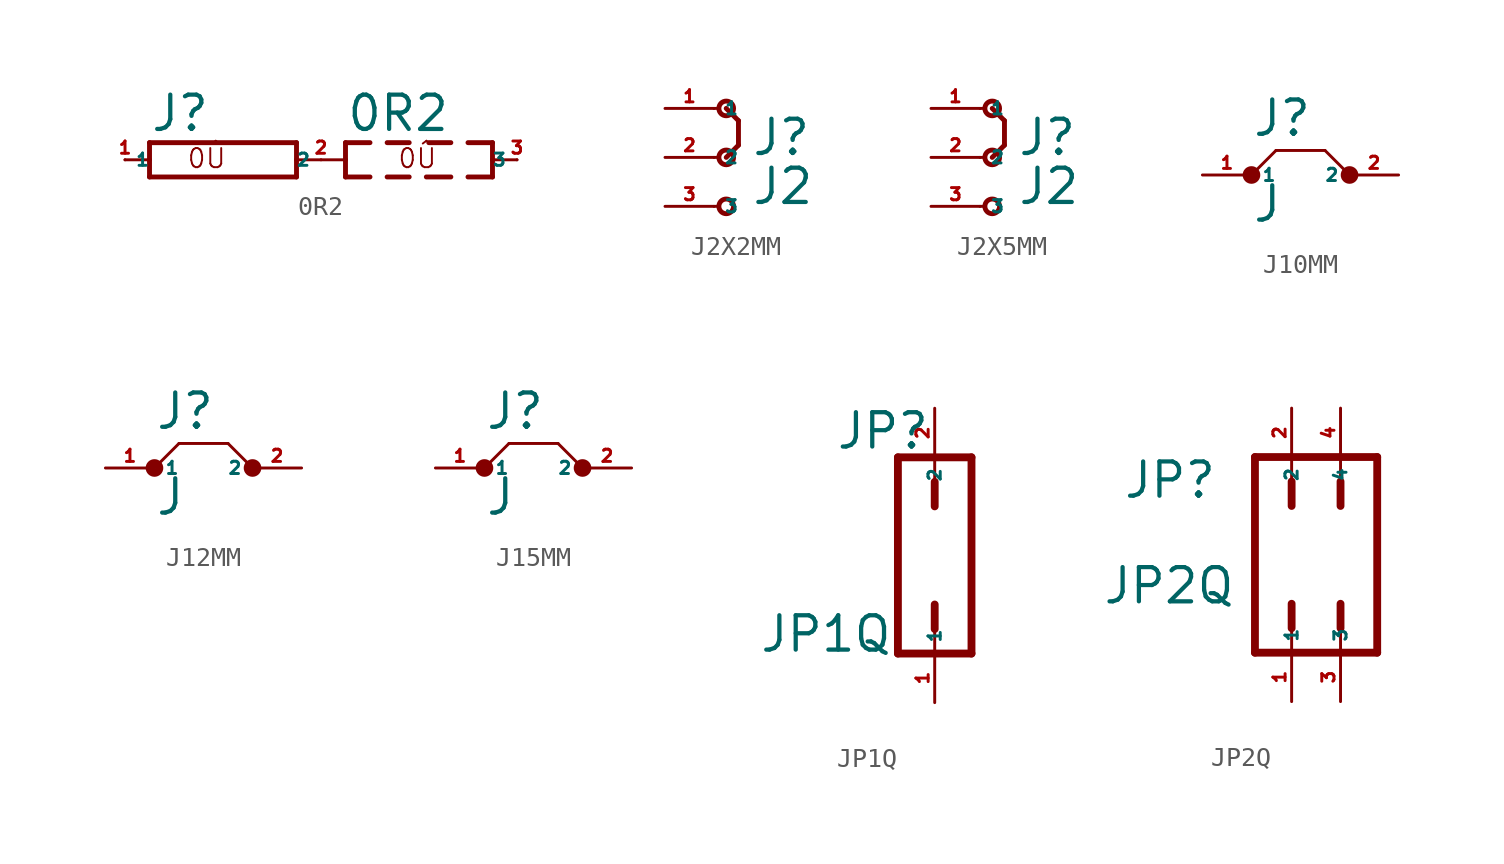
<source format=kicad_sym>
(kicad_symbol_lib
  (version 20220914)
  (generator kicad_symbol_editor)
  (symbol "0R2"
    (property "Reference" "J"
      (at -3.81 1.372 0)
      (effects (font (size 1.778 1.778) (thickness 0.22)) (justify left bottom)))
    (property "Value" "0R2"
      (at 6.35 1.372 0)
      (effects (font (size 1.778 1.778) (thickness 0.22)) (justify left bottom)))
    (symbol "0R2_1_1"
      (polyline (pts (xy -5.08 0) (xy -3.81 0)) (stroke (width 0.152) (type default)) (fill (type none)))
      (polyline (pts (xy -3.81 -0.889) (xy -3.81 0)) (stroke (width 0.254) (type default)) (fill (type none)))
      (polyline (pts (xy -3.81 -0.889) (xy 3.81 -0.889)) (stroke (width 0.254) (type default)) (fill (type none)))
      (polyline (pts (xy -3.81 0) (xy -3.81 0.889)) (stroke (width 0.254) (type default)) (fill (type none)))
      (polyline (pts (xy 3.81 -0.889) (xy 3.81 0)) (stroke (width 0.254) (type default)) (fill (type none)))
      (polyline (pts (xy 3.81 0) (xy 3.81 0.889)) (stroke (width 0.254) (type default)) (fill (type none)))
      (polyline (pts (xy 3.81 0) (xy 6.35 0)) (stroke (width 0.152) (type default)) (fill (type none)))
      (polyline (pts (xy 3.81 0.889) (xy -3.81 0.889)) (stroke (width 0.254) (type default)) (fill (type none)))
      (polyline (pts (xy 6.35 -0.889) (xy 6.35 0)) (stroke (width 0.254) (type default)) (fill (type none)))
      (polyline (pts (xy 6.35 -0.889) (xy 7.62 -0.889)) (stroke (width 0.254) (type default)) (fill (type none)))
      (polyline (pts (xy 6.35 0) (xy 6.35 0.889)) (stroke (width 0.254) (type default)) (fill (type none)))
      (polyline (pts (xy 6.35 0.889) (xy 7.62 0.889)) (stroke (width 0.254) (type default)) (fill (type none)))
      (polyline (pts (xy 8.509 -0.889) (xy 9.652 -0.889)) (stroke (width 0.254) (type default)) (fill (type none)))
      (polyline (pts (xy 8.509 0.889) (xy 9.652 0.889)) (stroke (width 0.254) (type default)) (fill (type none)))
      (polyline (pts (xy 10.541 -0.889) (xy 11.811 -0.889)) (stroke (width 0.254) (type default)) (fill (type none)))
      (polyline (pts (xy 10.668 0.889) (xy 11.811 0.889)) (stroke (width 0.254) (type default)) (fill (type none)))
      (polyline (pts (xy 12.7 -0.889) (xy 13.97 -0.889)) (stroke (width 0.254) (type default)) (fill (type none)))
      (polyline (pts (xy 12.7 0.889) (xy 13.97 0.889)) (stroke (width 0.254) (type default)) (fill (type none)))
      (polyline (pts (xy 13.97 -0.889) (xy 13.97 0)) (stroke (width 0.254) (type default)) (fill (type none)))
      (polyline (pts (xy 13.97 0) (xy 13.97 0.889)) (stroke (width 0.254) (type default)) (fill (type none)))
      (polyline (pts (xy 13.97 0) (xy 15.24 0)) (stroke (width 0.152) (type default)) (fill (type none)))
      (text "0Û" (at 9.017 -0.508 0) (effects (font (size 0.991 0.991) (thickness 0.1)) (justify left bottom)))
      (text "0Û " (at -1.905 -0.508 0) (effects (font (size 0.991 0.991) (thickness 0.1)) (justify left bottom)))
      (pin passive line (at -5.08 0 0) (length 0) (name "1" (effects (font (size 0.635 0.635)))) (number "1" (effects (font (size 0.635 0.635)))))
      (pin passive line (at 5.08 0 180) (length 0) (name "2" (effects (font (size 0.635 0.635)))) (number "2" (effects (font (size 0.635 0.635)))))
      (pin passive line (at 15.24 0 180) (length 0) (name "3" (effects (font (size 0.635 0.635)))) (number "3" (effects (font (size 0.635 0.635)))))))
  (symbol "J2X2MM"
    (property "Reference" "J"
      (at 1.905 0 0)
      (effects (font (size 1.778 1.778) (thickness 0.22)) (justify left bottom)))
    (property "Value" "J2"
      (at 1.905 -2.54 0)
      (effects (font (size 1.778 1.778) (thickness 0.22)) (justify left bottom)))
    (symbol "J2X2MM_1_1"
      (polyline (pts (xy 0 -2.54) (xy 0.254 -2.54)) (stroke (width 0.152) (type default)) (fill (type none)))
      (polyline (pts (xy 0 0) (xy 0.254 0)) (stroke (width 0.152) (type default)) (fill (type none)))
      (polyline (pts (xy 0 2.54) (xy 0.254 2.54)) (stroke (width 0.152) (type default)) (fill (type none)))
      (polyline (pts (xy 1.27 0.635) (xy 0.635 0)) (stroke (width 0.254) (type default)) (fill (type none)))
      (polyline (pts (xy 1.27 1.905) (xy 0.635 2.54)) (stroke (width 0.254) (type default)) (fill (type none)))
      (polyline (pts (xy 1.27 1.905) (xy 1.27 0.635)) (stroke (width 0.254) (type default)) (fill (type none)))
      (circle (center 0.635 -2.54) (radius 0.381) (stroke (width 0.254) (type default)) (fill (type none)))
      (circle (center 0.635 0) (radius 0.381) (stroke (width 0.254) (type default)) (fill (type none)))
      (circle (center 0.635 2.54) (radius 0.381) (stroke (width 0.254) (type default)) (fill (type none)))
      (pin passive line (at -2.54 2.54 0) (length 2.54) (name "1" (effects (font (size 0.635 0.635)))) (number "1" (effects (font (size 0.635 0.635)))))
      (pin passive line (at -2.54 0 0) (length 2.54) (name "2" (effects (font (size 0.635 0.635)))) (number "2" (effects (font (size 0.635 0.635)))))
      (pin passive line (at -2.54 -2.54 0) (length 2.54) (name "3" (effects (font (size 0.635 0.635)))) (number "3" (effects (font (size 0.635 0.635)))))))
  (symbol "J2X5MM"
    (property "Reference" "J"
      (at 1.905 0 0)
      (effects (font (size 1.778 1.778) (thickness 0.22)) (justify left bottom)))
    (property "Value" "J2"
      (at 1.905 -2.54 0)
      (effects (font (size 1.778 1.778) (thickness 0.22)) (justify left bottom)))
    (symbol "J2X5MM_1_1"
      (polyline (pts (xy 0 -2.54) (xy 0.254 -2.54)) (stroke (width 0.152) (type default)) (fill (type none)))
      (polyline (pts (xy 0 0) (xy 0.254 0)) (stroke (width 0.152) (type default)) (fill (type none)))
      (polyline (pts (xy 0 2.54) (xy 0.254 2.54)) (stroke (width 0.152) (type default)) (fill (type none)))
      (polyline (pts (xy 1.27 0.635) (xy 0.635 0)) (stroke (width 0.254) (type default)) (fill (type none)))
      (polyline (pts (xy 1.27 1.905) (xy 0.635 2.54)) (stroke (width 0.254) (type default)) (fill (type none)))
      (polyline (pts (xy 1.27 1.905) (xy 1.27 0.635)) (stroke (width 0.254) (type default)) (fill (type none)))
      (circle (center 0.635 -2.54) (radius 0.381) (stroke (width 0.254) (type default)) (fill (type none)))
      (circle (center 0.635 0) (radius 0.381) (stroke (width 0.254) (type default)) (fill (type none)))
      (circle (center 0.635 2.54) (radius 0.381) (stroke (width 0.254) (type default)) (fill (type none)))
      (pin passive line (at -2.54 2.54 0) (length 2.54) (name "1" (effects (font (size 0.635 0.635)))) (number "1" (effects (font (size 0.635 0.635)))))
      (pin passive line (at -2.54 0 0) (length 2.54) (name "2" (effects (font (size 0.635 0.635)))) (number "2" (effects (font (size 0.635 0.635)))))
      (pin passive line (at -2.54 -2.54 0) (length 2.54) (name "3" (effects (font (size 0.635 0.635)))) (number "3" (effects (font (size 0.635 0.635)))))))
  (symbol "J10MM"
    (property "Reference" "J"
      (at -2.54 1.905 0)
      (effects (font (size 1.778 1.778) (thickness 0.22)) (justify left bottom)))
    (property "Value" "J"
      (at -2.54 -2.54 0)
      (effects (font (size 1.778 1.778) (thickness 0.22)) (justify left bottom)))
    (symbol "J10MM_1_1"
      (circle (center -2.54 0) (radius 0.254) (stroke (width 0.406) (type default)) (fill (type none)))
      (polyline (pts (xy -2.54 0) (xy -1.27 1.27)) (stroke (width 0.152) (type default)) (fill (type none)))
      (polyline (pts (xy -1.27 1.27) (xy 1.27 1.27)) (stroke (width 0.152) (type default)) (fill (type none)))
      (polyline (pts (xy 2.54 0) (xy 1.27 1.27)) (stroke (width 0.152) (type default)) (fill (type none)))
      (circle (center 2.54 0) (radius 0.254) (stroke (width 0.406) (type default)) (fill (type none)))
      (pin passive line (at -5.08 0 0) (length 2.54) (name "1" (effects (font (size 0.635 0.635)))) (number "1" (effects (font (size 0.635 0.635)))))
      (pin passive line (at 5.08 0 180) (length 2.54) (name "2" (effects (font (size 0.635 0.635)))) (number "2" (effects (font (size 0.635 0.635)))))))
  (symbol "J12MM"
    (property "Reference" "J"
      (at -2.54 1.905 0)
      (effects (font (size 1.778 1.778) (thickness 0.22)) (justify left bottom)))
    (property "Value" "J"
      (at -2.54 -2.54 0)
      (effects (font (size 1.778 1.778) (thickness 0.22)) (justify left bottom)))
    (symbol "J12MM_1_1"
      (circle (center -2.54 0) (radius 0.254) (stroke (width 0.406) (type default)) (fill (type none)))
      (polyline (pts (xy -2.54 0) (xy -1.27 1.27)) (stroke (width 0.152) (type default)) (fill (type none)))
      (polyline (pts (xy -1.27 1.27) (xy 1.27 1.27)) (stroke (width 0.152) (type default)) (fill (type none)))
      (polyline (pts (xy 2.54 0) (xy 1.27 1.27)) (stroke (width 0.152) (type default)) (fill (type none)))
      (circle (center 2.54 0) (radius 0.254) (stroke (width 0.406) (type default)) (fill (type none)))
      (pin passive line (at -5.08 0 0) (length 2.54) (name "1" (effects (font (size 0.635 0.635)))) (number "1" (effects (font (size 0.635 0.635)))))
      (pin passive line (at 5.08 0 180) (length 2.54) (name "2" (effects (font (size 0.635 0.635)))) (number "2" (effects (font (size 0.635 0.635)))))))
  (symbol "J15MM"
    (property "Reference" "J"
      (at -2.54 1.905 0)
      (effects (font (size 1.778 1.778) (thickness 0.22)) (justify left bottom)))
    (property "Value" "J"
      (at -2.54 -2.54 0)
      (effects (font (size 1.778 1.778) (thickness 0.22)) (justify left bottom)))
    (symbol "J15MM_1_1"
      (circle (center -2.54 0) (radius 0.254) (stroke (width 0.406) (type default)) (fill (type none)))
      (polyline (pts (xy -2.54 0) (xy -1.27 1.27)) (stroke (width 0.152) (type default)) (fill (type none)))
      (polyline (pts (xy -1.27 1.27) (xy 1.27 1.27)) (stroke (width 0.152) (type default)) (fill (type none)))
      (polyline (pts (xy 2.54 0) (xy 1.27 1.27)) (stroke (width 0.152) (type default)) (fill (type none)))
      (circle (center 2.54 0) (radius 0.254) (stroke (width 0.406) (type default)) (fill (type none)))
      (pin passive line (at -5.08 0 0) (length 2.54) (name "1" (effects (font (size 0.635 0.635)))) (number "1" (effects (font (size 0.635 0.635)))))
      (pin passive line (at 5.08 0 180) (length 2.54) (name "2" (effects (font (size 0.635 0.635)))) (number "2" (effects (font (size 0.635 0.635)))))))
  (symbol "JP1Q"
    (property "Reference" "JP"
      (at -5.156 5.41 0)
      (effects (font (size 1.778 1.778) (thickness 0.22)) (justify left bottom)))
    (property "Value" "JP1Q"
      (at -9.119 -5.105 0)
      (effects (font (size 1.778 1.778) (thickness 0.22)) (justify left bottom)))
    (symbol "JP1Q_1_1"
      (polyline (pts (xy -1.905 -5.08) (xy -1.905 5.08)) (stroke (width 0.406) (type default)) (fill (type none)))
      (polyline (pts (xy -1.905 5.08) (xy 1.905 5.08)) (stroke (width 0.406) (type default)) (fill (type none)))
      (polyline (pts (xy 0 -3.81) (xy 0 -5.08)) (stroke (width 0.152) (type default)) (fill (type none)))
      (polyline (pts (xy 0 -2.54) (xy 0 -3.81)) (stroke (width 0.406) (type default)) (fill (type none)))
      (polyline (pts (xy 0 2.54) (xy 0 3.81)) (stroke (width 0.406) (type default)) (fill (type none)))
      (polyline (pts (xy 0 3.81) (xy 0 5.08)) (stroke (width 0.152) (type default)) (fill (type none)))
      (polyline (pts (xy 1.905 -5.08) (xy -1.905 -5.08)) (stroke (width 0.406) (type default)) (fill (type none)))
      (polyline (pts (xy 1.905 5.08) (xy 1.905 -5.08)) (stroke (width 0.406) (type default)) (fill (type none)))
      (pin passive line (at 0 -7.62 90) (length 2.54) (name "1" (effects (font (size 0.635 0.635)))) (number "1" (effects (font (size 0.635 0.635)))))
      (pin passive line (at 0 7.62 270) (length 2.54) (name "2" (effects (font (size 0.635 0.635)))) (number "2" (effects (font (size 0.635 0.635)))))))
  (symbol "JP2Q"
    (property "Reference" "JP"
      (at -8.788 2.845 0)
      (effects (font (size 1.778 1.778) (thickness 0.22)) (justify left bottom)))
    (property "Value" "JP2Q"
      (at -9.855 -2.642 0)
      (effects (font (size 1.778 1.778) (thickness 0.22)) (justify left bottom)))
    (symbol "JP2Q_1_1"
      (polyline (pts (xy -1.905 -5.08) (xy -1.905 5.08)) (stroke (width 0.406) (type default)) (fill (type none)))
      (polyline (pts (xy -1.905 5.08) (xy 4.445 5.08)) (stroke (width 0.406) (type default)) (fill (type none)))
      (polyline (pts (xy 0 -3.81) (xy 0 -5.08)) (stroke (width 0.152) (type default)) (fill (type none)))
      (polyline (pts (xy 0 -2.54) (xy 0 -3.81)) (stroke (width 0.406) (type default)) (fill (type none)))
      (polyline (pts (xy 0 2.54) (xy 0 3.81)) (stroke (width 0.406) (type default)) (fill (type none)))
      (polyline (pts (xy 0 3.81) (xy 0 5.08)) (stroke (width 0.152) (type default)) (fill (type none)))
      (polyline (pts (xy 2.54 -3.81) (xy 2.54 -5.08)) (stroke (width 0.152) (type default)) (fill (type none)))
      (polyline (pts (xy 2.54 -2.54) (xy 2.54 -3.81)) (stroke (width 0.406) (type default)) (fill (type none)))
      (polyline (pts (xy 2.54 2.54) (xy 2.54 3.81)) (stroke (width 0.406) (type default)) (fill (type none)))
      (polyline (pts (xy 2.54 3.81) (xy 2.54 5.08)) (stroke (width 0.152) (type default)) (fill (type none)))
      (polyline (pts (xy 4.445 -5.08) (xy -1.905 -5.08)) (stroke (width 0.406) (type default)) (fill (type none)))
      (polyline (pts (xy 4.445 5.08) (xy 4.445 -5.08)) (stroke (width 0.406) (type default)) (fill (type none)))
      (pin passive line (at 0 -7.62 90) (length 2.54) (name "1" (effects (font (size 0.635 0.635)))) (number "1" (effects (font (size 0.635 0.635)))))
      (pin passive line (at 0 7.62 270) (length 2.54) (name "2" (effects (font (size 0.635 0.635)))) (number "2" (effects (font (size 0.635 0.635)))))
      (pin passive line (at 2.54 -7.62 90) (length 2.54) (name "3" (effects (font (size 0.635 0.635)))) (number "3" (effects (font (size 0.635 0.635)))))
      (pin passive line (at 2.54 7.62 270) (length 2.54) (name "4" (effects (font (size 0.635 0.635)))) (number "4" (effects (font (size 0.635 0.635))))))))
</source>
